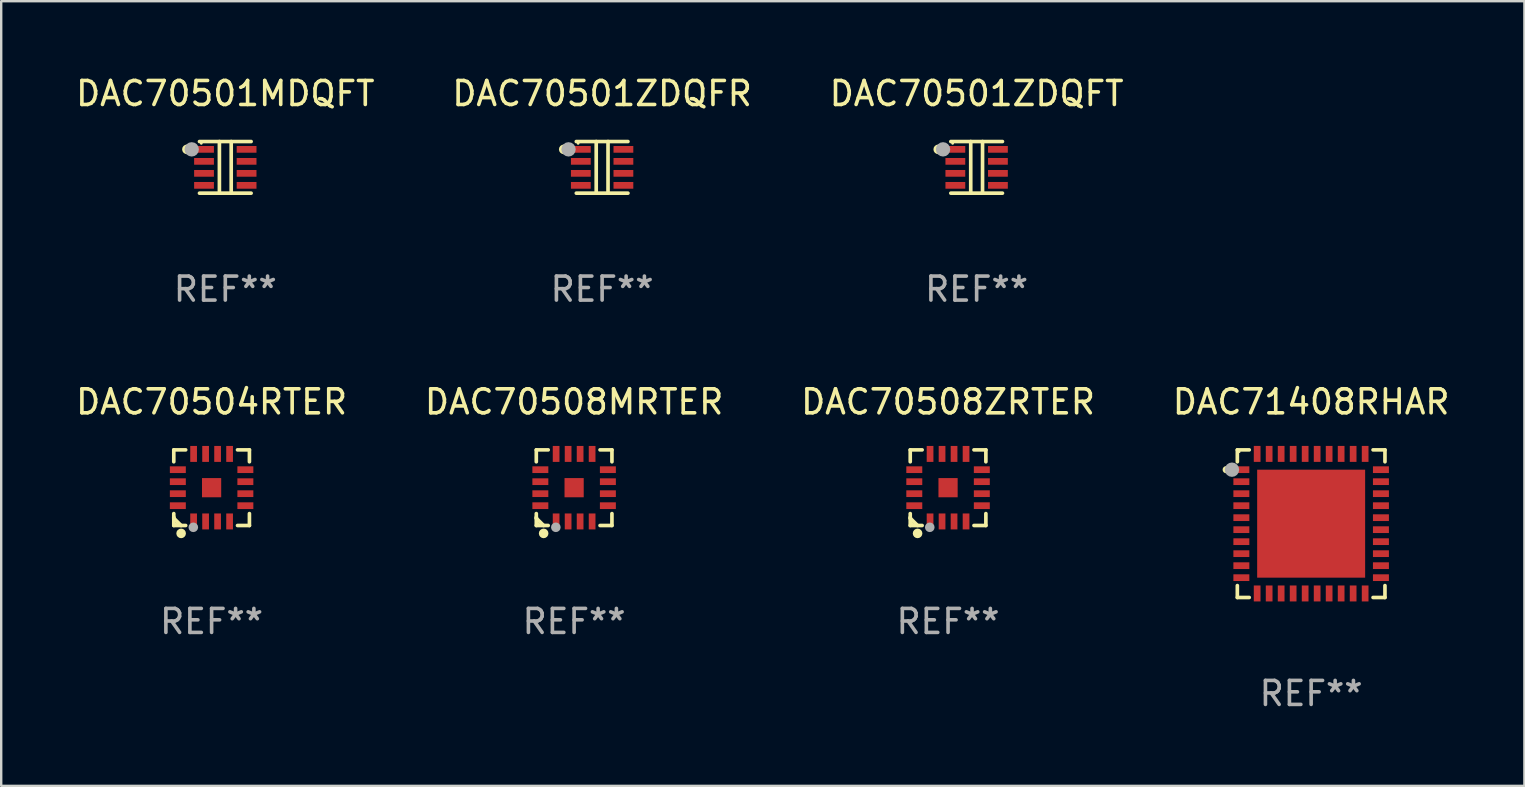
<source format=kicad_pcb>
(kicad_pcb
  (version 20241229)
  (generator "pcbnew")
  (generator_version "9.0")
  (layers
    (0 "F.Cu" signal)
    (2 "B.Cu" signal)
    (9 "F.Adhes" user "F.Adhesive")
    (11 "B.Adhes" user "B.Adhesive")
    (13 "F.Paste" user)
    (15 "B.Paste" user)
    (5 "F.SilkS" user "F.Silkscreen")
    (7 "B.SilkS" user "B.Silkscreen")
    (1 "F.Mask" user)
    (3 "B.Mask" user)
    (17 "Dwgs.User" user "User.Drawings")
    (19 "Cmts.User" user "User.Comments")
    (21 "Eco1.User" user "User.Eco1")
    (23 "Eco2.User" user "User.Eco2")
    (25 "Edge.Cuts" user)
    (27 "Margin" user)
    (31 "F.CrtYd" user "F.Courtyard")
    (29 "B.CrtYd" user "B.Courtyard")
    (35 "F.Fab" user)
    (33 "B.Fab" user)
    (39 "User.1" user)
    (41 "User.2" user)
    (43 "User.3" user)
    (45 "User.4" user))
  (footprint "DAC71408RHAR"
    (layer "F.Cu")
    (at 51.589 18.773)
    (property "Reference" "DAC71408RHAR" (at 0 -5.076 0) (layer "F.SilkS") (effects (font (size 1 1) (thickness 0.15))))
    (attr through_hole)
    (fp_line (start -3.076 -3.076) (end -3.076 -2.58) (stroke (width 0.152) (type solid)) (layer "F.SilkS"))
    (fp_line (start -3.076 3.076) (end -3.076 2.58) (stroke (width 0.152) (type solid)) (layer "F.SilkS"))
    (fp_line (start -2.58 -3.076) (end -3.076 -3.076) (stroke (width 0.152) (type solid)) (layer "F.SilkS"))
    (fp_line (start -2.58 3.076) (end -3.076 3.076) (stroke (width 0.152) (type solid)) (layer "F.SilkS"))
    (fp_line (start 2.58 -3.076) (end 3.076 -3.076) (stroke (width 0.152) (type solid)) (layer "F.SilkS"))
    (fp_line (start 2.58 3.076) (end 3.076 3.076) (stroke (width 0.152) (type solid)) (layer "F.SilkS"))
    (fp_line (start 3.076 -3.076) (end 3.076 -2.58) (stroke (width 0.152) (type solid)) (layer "F.SilkS"))
    (fp_line (start 3.076 3.076) (end 3.076 2.58) (stroke (width 0.152) (type solid)) (layer "F.SilkS"))
    (fp_circle (center -3.54 -2.25) (end -3.465 -2.25) (stroke (width 0.15) (type solid)) (fill no) (layer "F.SilkS"))
    (fp_circle (center -3 -3) (end -2.97 -3) (stroke (width 0.06) (type solid)) (fill no) (layer "F.SilkS"))
    (fp_circle (center -3.3 -2.25) (end -3.15 -2.25) (stroke (width 0.3) (type solid)) (fill no) (layer "F.Fab"))
    (fp_text user "REF**" (at 0 7.076 0) (layer "F.Fab") (effects (font (size 1 1) (thickness 0.15))))
    (pad "1" smd rect (at -2.908 -2.25) (size 0.665 0.28) (layers "F.Cu" "F.Mask" "F.Paste"))
    (pad "2" smd rect (at -2.908 -1.75) (size 0.665 0.28) (layers "F.Cu" "F.Mask" "F.Paste"))
    (pad "3" smd rect (at -2.908 -1.25) (size 0.665 0.28) (layers "F.Cu" "F.Mask" "F.Paste"))
    (pad "4" smd rect (at -2.908 -0.75) (size 0.665 0.28) (layers "F.Cu" "F.Mask" "F.Paste"))
    (pad "5" smd rect (at -2.908 -0.25) (size 0.665 0.28) (layers "F.Cu" "F.Mask" "F.Paste"))
    (pad "6" smd rect (at -2.908 0.25) (size 0.665 0.28) (layers "F.Cu" "F.Mask" "F.Paste"))
    (pad "7" smd rect (at -2.908 0.75) (size 0.665 0.28) (layers "F.Cu" "F.Mask" "F.Paste"))
    (pad "8" smd rect (at -2.908 1.25) (size 0.665 0.28) (layers "F.Cu" "F.Mask" "F.Paste"))
    (pad "9" smd rect (at -2.908 1.75) (size 0.665 0.28) (layers "F.Cu" "F.Mask" "F.Paste"))
    (pad "10" smd rect (at -2.908 2.25) (size 0.665 0.28) (layers "F.Cu" "F.Mask" "F.Paste"))
    (pad "11" smd rect (at -2.25 2.908) (size 0.28 0.665) (layers "F.Cu" "F.Mask" "F.Paste"))
    (pad "12" smd rect (at -1.75 2.908) (size 0.28 0.665) (layers "F.Cu" "F.Mask" "F.Paste"))
    (pad "13" smd rect (at -1.25 2.908) (size 0.28 0.665) (layers "F.Cu" "F.Mask" "F.Paste"))
    (pad "14" smd rect (at -0.75 2.908) (size 0.28 0.665) (layers "F.Cu" "F.Mask" "F.Paste"))
    (pad "15" smd rect (at -0.25 2.908) (size 0.28 0.665) (layers "F.Cu" "F.Mask" "F.Paste"))
    (pad "16" smd rect (at 0.25 2.908) (size 0.28 0.665) (layers "F.Cu" "F.Mask" "F.Paste"))
    (pad "17" smd rect (at 0.75 2.908) (size 0.28 0.665) (layers "F.Cu" "F.Mask" "F.Paste"))
    (pad "18" smd rect (at 1.25 2.908) (size 0.28 0.665) (layers "F.Cu" "F.Mask" "F.Paste"))
    (pad "19" smd rect (at 1.75 2.908) (size 0.28 0.665) (layers "F.Cu" "F.Mask" "F.Paste"))
    (pad "20" smd rect (at 2.25 2.908) (size 0.28 0.665) (layers "F.Cu" "F.Mask" "F.Paste"))
    (pad "21" smd rect (at 2.908 2.25) (size 0.665 0.28) (layers "F.Cu" "F.Mask" "F.Paste"))
    (pad "22" smd rect (at 2.908 1.75) (size 0.665 0.28) (layers "F.Cu" "F.Mask" "F.Paste"))
    (pad "23" smd rect (at 2.908 1.25) (size 0.665 0.28) (layers "F.Cu" "F.Mask" "F.Paste"))
    (pad "24" smd rect (at 2.908 0.75) (size 0.665 0.28) (layers "F.Cu" "F.Mask" "F.Paste"))
    (pad "25" smd rect (at 2.908 0.25) (size 0.665 0.28) (layers "F.Cu" "F.Mask" "F.Paste"))
    (pad "26" smd rect (at 2.908 -0.25) (size 0.665 0.28) (layers "F.Cu" "F.Mask" "F.Paste"))
    (pad "27" smd rect (at 2.908 -0.75) (size 0.665 0.28) (layers "F.Cu" "F.Mask" "F.Paste"))
    (pad "28" smd rect (at 2.908 -1.25) (size 0.665 0.28) (layers "F.Cu" "F.Mask" "F.Paste"))
    (pad "29" smd rect (at 2.908 -1.75) (size 0.665 0.28) (layers "F.Cu" "F.Mask" "F.Paste"))
    (pad "30" smd rect (at 2.908 -2.25) (size 0.665 0.28) (layers "F.Cu" "F.Mask" "F.Paste"))
    (pad "31" smd rect (at 2.25 -2.908) (size 0.28 0.665) (layers "F.Cu" "F.Mask" "F.Paste"))
    (pad "32" smd rect (at 1.75 -2.908) (size 0.28 0.665) (layers "F.Cu" "F.Mask" "F.Paste"))
    (pad "33" smd rect (at 1.25 -2.908) (size 0.28 0.665) (layers "F.Cu" "F.Mask" "F.Paste"))
    (pad "34" smd rect (at 0.75 -2.908) (size 0.28 0.665) (layers "F.Cu" "F.Mask" "F.Paste"))
    (pad "35" smd rect (at 0.25 -2.908) (size 0.28 0.665) (layers "F.Cu" "F.Mask" "F.Paste"))
    (pad "36" smd rect (at -0.25 -2.908) (size 0.28 0.665) (layers "F.Cu" "F.Mask" "F.Paste"))
    (pad "37" smd rect (at -0.75 -2.908) (size 0.28 0.665) (layers "F.Cu" "F.Mask" "F.Paste"))
    (pad "38" smd rect (at -1.25 -2.908) (size 0.28 0.665) (layers "F.Cu" "F.Mask" "F.Paste"))
    (pad "39" smd rect (at -1.75 -2.908) (size 0.28 0.665) (layers "F.Cu" "F.Mask" "F.Paste"))
    (pad "40" smd rect (at -2.25 -2.908) (size 0.28 0.665) (layers "F.Cu" "F.Mask" "F.Paste"))
    (pad "41" smd rect (at 0 0) (size 4.5 4.5) (layers "F.Cu" "F.Mask" "F.Paste")))
  (footprint "DAC70504RTER"
    (layer "F.Cu")
    (at 5.768 17.273)
    (property "Reference" "DAC70504RTER" (at 0 -3.576 0) (layer "F.SilkS") (effects (font (size 1 1) (thickness 0.15))))
    (attr through_hole)
    (fp_line (start -1.576 -1.576) (end -1.08 -1.576) (stroke (width 0.152) (type solid)) (layer "F.SilkS"))
    (fp_line (start -1.576 -1.08) (end -1.576 -1.576) (stroke (width 0.152) (type solid)) (layer "F.SilkS"))
    (fp_line (start -1.576 1.08) (end -1.576 1.576) (stroke (width 0.152) (type solid)) (layer "F.SilkS"))
    (fp_line (start -1.576 1.232) (end -1.576 1.272) (stroke (width 0.152) (type solid)) (layer "F.SilkS"))
    (fp_line (start -1.576 1.272) (end -1.272 1.576) (stroke (width 0.152) (type solid)) (layer "F.SilkS"))
    (fp_line (start -1.576 1.576) (end -1.08 1.576) (stroke (width 0.152) (type solid)) (layer "F.SilkS"))
    (fp_line (start 1.576 -1.576) (end 1.08 -1.576) (stroke (width 0.152) (type solid)) (layer "F.SilkS"))
    (fp_line (start 1.576 -1.08) (end 1.576 -1.576) (stroke (width 0.152) (type solid)) (layer "F.SilkS"))
    (fp_line (start 1.576 1.08) (end 1.576 1.576) (stroke (width 0.152) (type solid)) (layer "F.SilkS"))
    (fp_line (start 1.576 1.576) (end 1.08 1.576) (stroke (width 0.152) (type solid)) (layer "F.SilkS"))
    (fp_circle (center -1.5 1.5) (end -1.47 1.5) (stroke (width 0.06) (type solid)) (fill no) (layer "F.SilkS"))
    (fp_circle (center -1.27 1.905) (end -1.17 1.905) (stroke (width 0.2) (type solid)) (fill no) (layer "F.SilkS"))
    (fp_circle (center -0.762 1.651) (end -0.662 1.651) (stroke (width 0.2) (type solid)) (fill no) (layer "F.Fab"))
    (fp_text user "REF**" (at 0 5.576 0) (layer "F.Fab") (effects (font (size 1 1) (thickness 0.15))))
    (pad "1" smd rect (at -0.75 1.407) (size 0.28 0.665) (layers "F.Cu" "F.Mask" "F.Paste"))
    (pad "2" smd rect (at -0.25 1.407) (size 0.28 0.665) (layers "F.Cu" "F.Mask" "F.Paste"))
    (pad "3" smd rect (at 0.25 1.407) (size 0.28 0.665) (layers "F.Cu" "F.Mask" "F.Paste"))
    (pad "4" smd rect (at 0.75 1.407) (size 0.28 0.665) (layers "F.Cu" "F.Mask" "F.Paste"))
    (pad "5" smd rect (at 1.407 0.75) (size 0.665 0.28) (layers "F.Cu" "F.Mask" "F.Paste"))
    (pad "6" smd rect (at 1.407 0.25) (size 0.665 0.28) (layers "F.Cu" "F.Mask" "F.Paste"))
    (pad "7" smd rect (at 1.407 -0.25) (size 0.665 0.28) (layers "F.Cu" "F.Mask" "F.Paste"))
    (pad "8" smd rect (at 1.407 -0.75) (size 0.665 0.28) (layers "F.Cu" "F.Mask" "F.Paste"))
    (pad "9" smd rect (at 0.75 -1.407) (size 0.28 0.665) (layers "F.Cu" "F.Mask" "F.Paste"))
    (pad "10" smd rect (at 0.25 -1.407) (size 0.28 0.665) (layers "F.Cu" "F.Mask" "F.Paste"))
    (pad "11" smd rect (at -0.25 -1.407) (size 0.28 0.665) (layers "F.Cu" "F.Mask" "F.Paste"))
    (pad "12" smd rect (at -0.75 -1.407) (size 0.28 0.665) (layers "F.Cu" "F.Mask" "F.Paste"))
    (pad "13" smd rect (at -1.407 -0.75) (size 0.665 0.28) (layers "F.Cu" "F.Mask" "F.Paste"))
    (pad "14" smd rect (at -1.407 -0.25) (size 0.665 0.28) (layers "F.Cu" "F.Mask" "F.Paste"))
    (pad "15" smd rect (at -1.407 0.25) (size 0.665 0.28) (layers "F.Cu" "F.Mask" "F.Paste"))
    (pad "16" smd rect (at -1.407 0.75) (size 0.665 0.28) (layers "F.Cu" "F.Mask" "F.Paste"))
    (pad "17" smd rect (at 0 0) (size 0.8 0.8) (layers "F.Cu" "F.Mask" "F.Paste")))
  (footprint "DAC70508MRTER"
    (layer "F.Cu")
    (at 20.875 17.273)
    (property "Reference" "DAC70508MRTER" (at 0 -3.576 0) (layer "F.SilkS") (effects (font (size 1 1) (thickness 0.15))))
    (attr through_hole)
    (fp_line (start -1.576 -1.576) (end -1.08 -1.576) (stroke (width 0.152) (type solid)) (layer "F.SilkS"))
    (fp_line (start -1.576 -1.08) (end -1.576 -1.576) (stroke (width 0.152) (type solid)) (layer "F.SilkS"))
    (fp_line (start -1.576 1.08) (end -1.576 1.576) (stroke (width 0.152) (type solid)) (layer "F.SilkS"))
    (fp_line (start -1.576 1.232) (end -1.576 1.272) (stroke (width 0.152) (type solid)) (layer "F.SilkS"))
    (fp_line (start -1.576 1.272) (end -1.272 1.576) (stroke (width 0.152) (type solid)) (layer "F.SilkS"))
    (fp_line (start -1.576 1.576) (end -1.08 1.576) (stroke (width 0.152) (type solid)) (layer "F.SilkS"))
    (fp_line (start 1.576 -1.576) (end 1.08 -1.576) (stroke (width 0.152) (type solid)) (layer "F.SilkS"))
    (fp_line (start 1.576 -1.08) (end 1.576 -1.576) (stroke (width 0.152) (type solid)) (layer "F.SilkS"))
    (fp_line (start 1.576 1.08) (end 1.576 1.576) (stroke (width 0.152) (type solid)) (layer "F.SilkS"))
    (fp_line (start 1.576 1.576) (end 1.08 1.576) (stroke (width 0.152) (type solid)) (layer "F.SilkS"))
    (fp_circle (center -1.5 1.5) (end -1.47 1.5) (stroke (width 0.06) (type solid)) (fill no) (layer "F.SilkS"))
    (fp_circle (center -1.27 1.905) (end -1.17 1.905) (stroke (width 0.2) (type solid)) (fill no) (layer "F.SilkS"))
    (fp_circle (center -0.762 1.651) (end -0.662 1.651) (stroke (width 0.2) (type solid)) (fill no) (layer "F.Fab"))
    (fp_text user "REF**" (at 0 5.576 0) (layer "F.Fab") (effects (font (size 1 1) (thickness 0.15))))
    (pad "1" smd rect (at -0.75 1.407) (size 0.28 0.665) (layers "F.Cu" "F.Mask" "F.Paste"))
    (pad "2" smd rect (at -0.25 1.407) (size 0.28 0.665) (layers "F.Cu" "F.Mask" "F.Paste"))
    (pad "3" smd rect (at 0.25 1.407) (size 0.28 0.665) (layers "F.Cu" "F.Mask" "F.Paste"))
    (pad "4" smd rect (at 0.75 1.407) (size 0.28 0.665) (layers "F.Cu" "F.Mask" "F.Paste"))
    (pad "5" smd rect (at 1.407 0.75) (size 0.665 0.28) (layers "F.Cu" "F.Mask" "F.Paste"))
    (pad "6" smd rect (at 1.407 0.25) (size 0.665 0.28) (layers "F.Cu" "F.Mask" "F.Paste"))
    (pad "7" smd rect (at 1.407 -0.25) (size 0.665 0.28) (layers "F.Cu" "F.Mask" "F.Paste"))
    (pad "8" smd rect (at 1.407 -0.75) (size 0.665 0.28) (layers "F.Cu" "F.Mask" "F.Paste"))
    (pad "9" smd rect (at 0.75 -1.407) (size 0.28 0.665) (layers "F.Cu" "F.Mask" "F.Paste"))
    (pad "10" smd rect (at 0.25 -1.407) (size 0.28 0.665) (layers "F.Cu" "F.Mask" "F.Paste"))
    (pad "11" smd rect (at -0.25 -1.407) (size 0.28 0.665) (layers "F.Cu" "F.Mask" "F.Paste"))
    (pad "12" smd rect (at -0.75 -1.407) (size 0.28 0.665) (layers "F.Cu" "F.Mask" "F.Paste"))
    (pad "13" smd rect (at -1.407 -0.75) (size 0.665 0.28) (layers "F.Cu" "F.Mask" "F.Paste"))
    (pad "14" smd rect (at -1.407 -0.25) (size 0.665 0.28) (layers "F.Cu" "F.Mask" "F.Paste"))
    (pad "15" smd rect (at -1.407 0.25) (size 0.665 0.28) (layers "F.Cu" "F.Mask" "F.Paste"))
    (pad "16" smd rect (at -1.407 0.75) (size 0.665 0.28) (layers "F.Cu" "F.Mask" "F.Paste"))
    (pad "17" smd rect (at 0 0) (size 0.8 0.8) (layers "F.Cu" "F.Mask" "F.Paste")))
  (footprint "DAC70501ZDQFT"
    (layer "F.Cu")
    (at 37.649 3.924)
    (property "Reference" "DAC70501ZDQFT" (at 0 -3.076 0) (layer "F.SilkS") (effects (font (size 1 1) (thickness 0.15))))
    (attr through_hole)
    (fp_line (start -1.076 -1.076) (end 1.076 -1.076) (stroke (width 0.152) (type solid)) (layer "F.SilkS"))
    (fp_line (start -0.246 -1.076) (end -0.246 1.076) (stroke (width 0.152) (type solid)) (layer "F.SilkS"))
    (fp_line (start 0.246 -1.076) (end 0.246 1.076) (stroke (width 0.152) (type solid)) (layer "F.SilkS"))
    (fp_line (start 1.076 1.076) (end -1.076 1.076) (stroke (width 0.152) (type solid)) (layer "F.SilkS"))
    (fp_circle (center -1.6 -0.75) (end -1.5 -0.75) (stroke (width 0.2) (type solid)) (fill no) (layer "F.SilkS"))
    (fp_circle (center -1 -1) (end -0.97 -1) (stroke (width 0.06) (type solid)) (fill no) (layer "F.SilkS"))
    (fp_circle (center -1.4 -0.75) (end -1.25 -0.75) (stroke (width 0.3) (type solid)) (fill no) (layer "F.Fab"))
    (fp_text user "REF**" (at 0 5.076 0) (layer "F.Fab") (effects (font (size 1 1) (thickness 0.15))))
    (pad "1" smd rect (at -0.887 -0.75) (size 0.825 0.28) (layers "F.Cu" "F.Mask" "F.Paste"))
    (pad "2" smd rect (at -0.887 -0.25) (size 0.825 0.28) (layers "F.Cu" "F.Mask" "F.Paste"))
    (pad "3" smd rect (at -0.887 0.25) (size 0.825 0.28) (layers "F.Cu" "F.Mask" "F.Paste"))
    (pad "4" smd rect (at -0.887 0.75) (size 0.825 0.28) (layers "F.Cu" "F.Mask" "F.Paste"))
    (pad "5" smd rect (at 0.887 0.75) (size 0.825 0.28) (layers "F.Cu" "F.Mask" "F.Paste"))
    (pad "6" smd rect (at 0.887 0.25) (size 0.825 0.28) (layers "F.Cu" "F.Mask" "F.Paste"))
    (pad "7" smd rect (at 0.887 -0.25) (size 0.825 0.28) (layers "F.Cu" "F.Mask" "F.Paste"))
    (pad "8" smd rect (at 0.887 -0.75) (size 0.825 0.28) (layers "F.Cu" "F.Mask" "F.Paste")))
  (footprint "DAC70508ZRTER"
    (layer "F.Cu")
    (at 36.458 17.273)
    (property "Reference" "DAC70508ZRTER" (at 0 -3.576 0) (layer "F.SilkS") (effects (font (size 1 1) (thickness 0.15))))
    (attr through_hole)
    (fp_line (start -1.576 -1.576) (end -1.08 -1.576) (stroke (width 0.152) (type solid)) (layer "F.SilkS"))
    (fp_line (start -1.576 -1.08) (end -1.576 -1.576) (stroke (width 0.152) (type solid)) (layer "F.SilkS"))
    (fp_line (start -1.576 1.08) (end -1.576 1.576) (stroke (width 0.152) (type solid)) (layer "F.SilkS"))
    (fp_line (start -1.576 1.232) (end -1.576 1.272) (stroke (width 0.152) (type solid)) (layer "F.SilkS"))
    (fp_line (start -1.576 1.272) (end -1.272 1.576) (stroke (width 0.152) (type solid)) (layer "F.SilkS"))
    (fp_line (start -1.576 1.576) (end -1.08 1.576) (stroke (width 0.152) (type solid)) (layer "F.SilkS"))
    (fp_line (start 1.576 -1.576) (end 1.08 -1.576) (stroke (width 0.152) (type solid)) (layer "F.SilkS"))
    (fp_line (start 1.576 -1.08) (end 1.576 -1.576) (stroke (width 0.152) (type solid)) (layer "F.SilkS"))
    (fp_line (start 1.576 1.08) (end 1.576 1.576) (stroke (width 0.152) (type solid)) (layer "F.SilkS"))
    (fp_line (start 1.576 1.576) (end 1.08 1.576) (stroke (width 0.152) (type solid)) (layer "F.SilkS"))
    (fp_circle (center -1.5 1.5) (end -1.47 1.5) (stroke (width 0.06) (type solid)) (fill no) (layer "F.SilkS"))
    (fp_circle (center -1.27 1.905) (end -1.17 1.905) (stroke (width 0.2) (type solid)) (fill no) (layer "F.SilkS"))
    (fp_circle (center -0.762 1.651) (end -0.662 1.651) (stroke (width 0.2) (type solid)) (fill no) (layer "F.Fab"))
    (fp_text user "REF**" (at 0 5.576 0) (layer "F.Fab") (effects (font (size 1 1) (thickness 0.15))))
    (pad "1" smd rect (at -0.75 1.407) (size 0.28 0.665) (layers "F.Cu" "F.Mask" "F.Paste"))
    (pad "2" smd rect (at -0.25 1.407) (size 0.28 0.665) (layers "F.Cu" "F.Mask" "F.Paste"))
    (pad "3" smd rect (at 0.25 1.407) (size 0.28 0.665) (layers "F.Cu" "F.Mask" "F.Paste"))
    (pad "4" smd rect (at 0.75 1.407) (size 0.28 0.665) (layers "F.Cu" "F.Mask" "F.Paste"))
    (pad "5" smd rect (at 1.407 0.75) (size 0.665 0.28) (layers "F.Cu" "F.Mask" "F.Paste"))
    (pad "6" smd rect (at 1.407 0.25) (size 0.665 0.28) (layers "F.Cu" "F.Mask" "F.Paste"))
    (pad "7" smd rect (at 1.407 -0.25) (size 0.665 0.28) (layers "F.Cu" "F.Mask" "F.Paste"))
    (pad "8" smd rect (at 1.407 -0.75) (size 0.665 0.28) (layers "F.Cu" "F.Mask" "F.Paste"))
    (pad "9" smd rect (at 0.75 -1.407) (size 0.28 0.665) (layers "F.Cu" "F.Mask" "F.Paste"))
    (pad "10" smd rect (at 0.25 -1.407) (size 0.28 0.665) (layers "F.Cu" "F.Mask" "F.Paste"))
    (pad "11" smd rect (at -0.25 -1.407) (size 0.28 0.665) (layers "F.Cu" "F.Mask" "F.Paste"))
    (pad "12" smd rect (at -0.75 -1.407) (size 0.28 0.665) (layers "F.Cu" "F.Mask" "F.Paste"))
    (pad "13" smd rect (at -1.407 -0.75) (size 0.665 0.28) (layers "F.Cu" "F.Mask" "F.Paste"))
    (pad "14" smd rect (at -1.407 -0.25) (size 0.665 0.28) (layers "F.Cu" "F.Mask" "F.Paste"))
    (pad "15" smd rect (at -1.407 0.25) (size 0.665 0.28) (layers "F.Cu" "F.Mask" "F.Paste"))
    (pad "16" smd rect (at -1.407 0.75) (size 0.665 0.28) (layers "F.Cu" "F.Mask" "F.Paste"))
    (pad "17" smd rect (at 0 0) (size 0.8 0.8) (layers "F.Cu" "F.Mask" "F.Paste")))
  (footprint "DAC70501MDQFT"
    (layer "F.Cu")
    (at 6.339 3.924)
    (property "Reference" "DAC70501MDQFT" (at 0 -3.076 0) (layer "F.SilkS") (effects (font (size 1 1) (thickness 0.15))))
    (attr through_hole)
    (fp_line (start -1.076 -1.076) (end 1.076 -1.076) (stroke (width 0.152) (type solid)) (layer "F.SilkS"))
    (fp_line (start -0.246 -1.076) (end -0.246 1.076) (stroke (width 0.152) (type solid)) (layer "F.SilkS"))
    (fp_line (start 0.246 -1.076) (end 0.246 1.076) (stroke (width 0.152) (type solid)) (layer "F.SilkS"))
    (fp_line (start 1.076 1.076) (end -1.076 1.076) (stroke (width 0.152) (type solid)) (layer "F.SilkS"))
    (fp_circle (center -1.6 -0.75) (end -1.5 -0.75) (stroke (width 0.2) (type solid)) (fill no) (layer "F.SilkS"))
    (fp_circle (center -1 -1) (end -0.97 -1) (stroke (width 0.06) (type solid)) (fill no) (layer "F.SilkS"))
    (fp_circle (center -1.4 -0.75) (end -1.25 -0.75) (stroke (width 0.3) (type solid)) (fill no) (layer "F.Fab"))
    (fp_text user "REF**" (at 0 5.076 0) (layer "F.Fab") (effects (font (size 1 1) (thickness 0.15))))
    (pad "1" smd rect (at -0.887 -0.75) (size 0.825 0.28) (layers "F.Cu" "F.Mask" "F.Paste"))
    (pad "2" smd rect (at -0.887 -0.25) (size 0.825 0.28) (layers "F.Cu" "F.Mask" "F.Paste"))
    (pad "3" smd rect (at -0.887 0.25) (size 0.825 0.28) (layers "F.Cu" "F.Mask" "F.Paste"))
    (pad "4" smd rect (at -0.887 0.75) (size 0.825 0.28) (layers "F.Cu" "F.Mask" "F.Paste"))
    (pad "5" smd rect (at 0.887 0.75) (size 0.825 0.28) (layers "F.Cu" "F.Mask" "F.Paste"))
    (pad "6" smd rect (at 0.887 0.25) (size 0.825 0.28) (layers "F.Cu" "F.Mask" "F.Paste"))
    (pad "7" smd rect (at 0.887 -0.25) (size 0.825 0.28) (layers "F.Cu" "F.Mask" "F.Paste"))
    (pad "8" smd rect (at 0.887 -0.75) (size 0.825 0.28) (layers "F.Cu" "F.Mask" "F.Paste")))
  (footprint "DAC70501ZDQFR"
    (layer "F.Cu")
    (at 22.042 3.924)
    (property "Reference" "DAC70501ZDQFR" (at 0 -3.076 0) (layer "F.SilkS") (effects (font (size 1 1) (thickness 0.15))))
    (attr through_hole)
    (fp_line (start -1.076 -1.076) (end 1.076 -1.076) (stroke (width 0.152) (type solid)) (layer "F.SilkS"))
    (fp_line (start -0.246 -1.076) (end -0.246 1.076) (stroke (width 0.152) (type solid)) (layer "F.SilkS"))
    (fp_line (start 0.246 -1.076) (end 0.246 1.076) (stroke (width 0.152) (type solid)) (layer "F.SilkS"))
    (fp_line (start 1.076 1.076) (end -1.076 1.076) (stroke (width 0.152) (type solid)) (layer "F.SilkS"))
    (fp_circle (center -1.6 -0.75) (end -1.5 -0.75) (stroke (width 0.2) (type solid)) (fill no) (layer "F.SilkS"))
    (fp_circle (center -1 -1) (end -0.97 -1) (stroke (width 0.06) (type solid)) (fill no) (layer "F.SilkS"))
    (fp_circle (center -1.4 -0.75) (end -1.25 -0.75) (stroke (width 0.3) (type solid)) (fill no) (layer "F.Fab"))
    (fp_text user "REF**" (at 0 5.076 0) (layer "F.Fab") (effects (font (size 1 1) (thickness 0.15))))
    (pad "1" smd rect (at -0.887 -0.75) (size 0.825 0.28) (layers "F.Cu" "F.Mask" "F.Paste"))
    (pad "2" smd rect (at -0.887 -0.25) (size 0.825 0.28) (layers "F.Cu" "F.Mask" "F.Paste"))
    (pad "3" smd rect (at -0.887 0.25) (size 0.825 0.28) (layers "F.Cu" "F.Mask" "F.Paste"))
    (pad "4" smd rect (at -0.887 0.75) (size 0.825 0.28) (layers "F.Cu" "F.Mask" "F.Paste"))
    (pad "5" smd rect (at 0.887 0.75) (size 0.825 0.28) (layers "F.Cu" "F.Mask" "F.Paste"))
    (pad "6" smd rect (at 0.887 0.25) (size 0.825 0.28) (layers "F.Cu" "F.Mask" "F.Paste"))
    (pad "7" smd rect (at 0.887 -0.25) (size 0.825 0.28) (layers "F.Cu" "F.Mask" "F.Paste"))
    (pad "8" smd rect (at 0.887 -0.75) (size 0.825 0.28) (layers "F.Cu" "F.Mask" "F.Paste")))
  (gr_rect
    (start -3 -3)
    (end 60.476 29.698)
    (stroke (width 0.1) (type default))
    (fill no)
    (layer "Edge.Cuts")))
</source>
